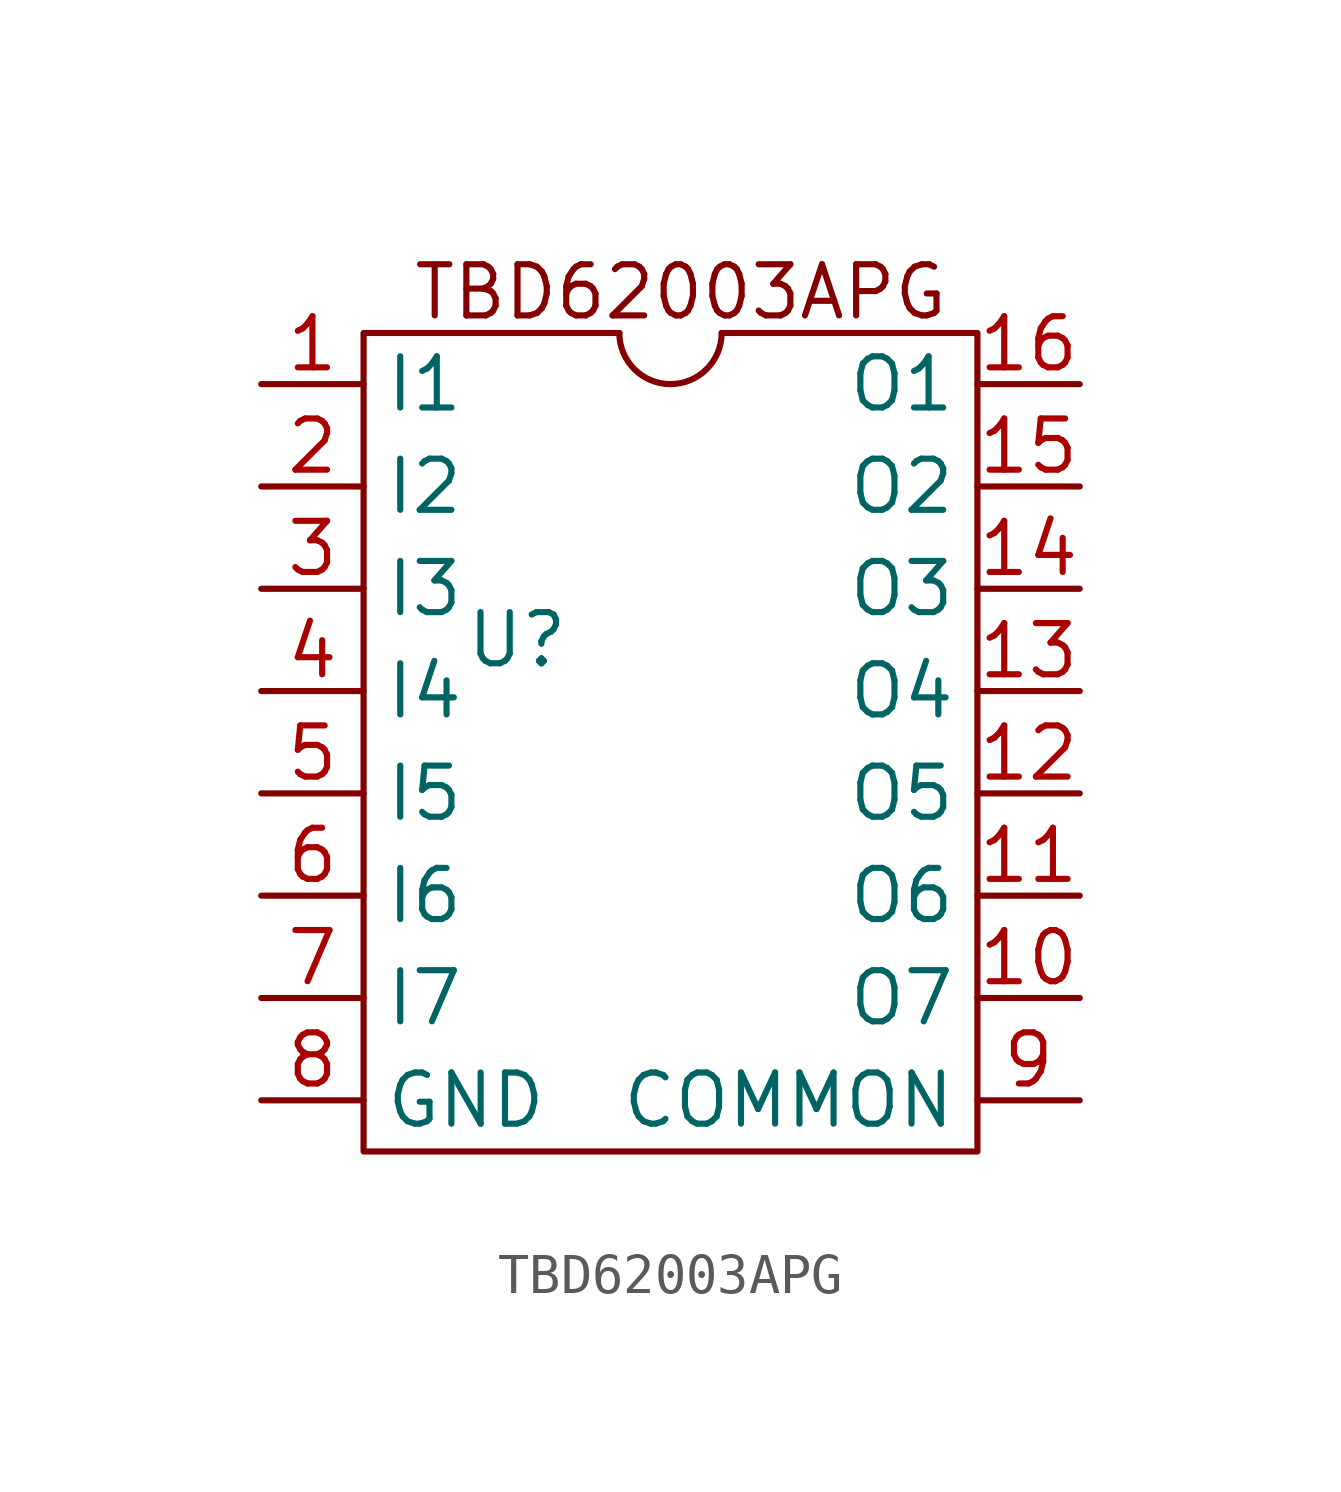
<source format=kicad_sym>
(kicad_symbol_lib
  (version 20241209)
  (generator "kicad_symbol_editor")
  (generator_version "9.0")
  (symbol "TBD62003APG"
    (property "Reference" "U"
      (at -3.81 1.27 0)
      (effects (font (size 1.27 1.27))))
    (property "Value" ""
      (at 0 0 0)
      (effects (font (size 1.27 1.27))))
    (symbol "TBD62003APG_0_1"
      (polyline (pts (xy -1.27 8.89) (xy -7.62 8.89) (xy -7.62 -11.43) (xy 7.62 -11.43) (xy 7.62 8.89) (xy 1.27 8.89)) (stroke (width 0) (type default)) (fill (type none)))
      (arc (start 0 7.62) (mid -0.898 7.992) (end -1.27 8.89) (stroke (width 0) (type default)) (fill (type none)))
      (arc (start 1.27 8.89) (mid 0.898 7.992) (end 0 7.62) (stroke (width 0) (type default)) (fill (type none))))
    (symbol "TBD62003APG_1_1"
      (text "TBD62003APG" (at 0.254 9.906 0) (effects (font (size 1.27 1.27))))
      (pin input line (at -10.16 7.62 0) (length 2.54) (name "I1" (effects (font (size 1.27 1.27)))) (number "1" (effects (font (size 1.27 1.27)))))
      (pin input line (at -10.16 5.08 0) (length 2.54) (name "I2" (effects (font (size 1.27 1.27)))) (number "2" (effects (font (size 1.27 1.27)))))
      (pin input line (at -10.16 2.54 0) (length 2.54) (name "I3" (effects (font (size 1.27 1.27)))) (number "3" (effects (font (size 1.27 1.27)))))
      (pin input line (at -10.16 0 0) (length 2.54) (name "I4" (effects (font (size 1.27 1.27)))) (number "4" (effects (font (size 1.27 1.27)))))
      (pin input line (at -10.16 -2.54 0) (length 2.54) (name "I5" (effects (font (size 1.27 1.27)))) (number "5" (effects (font (size 1.27 1.27)))))
      (pin input line (at -10.16 -5.08 0) (length 2.54) (name "I6" (effects (font (size 1.27 1.27)))) (number "6" (effects (font (size 1.27 1.27)))))
      (pin input line (at -10.16 -7.62 0) (length 2.54) (name "I7" (effects (font (size 1.27 1.27)))) (number "7" (effects (font (size 1.27 1.27)))))
      (pin power_in line (at -10.16 -10.16 0) (length 2.54) (name "GND" (effects (font (size 1.27 1.27)))) (number "8" (effects (font (size 1.27 1.27)))))
      (pin output line (at 10.16 7.62 180) (length 2.54) (name "O1" (effects (font (size 1.27 1.27)))) (number "16" (effects (font (size 1.27 1.27)))))
      (pin output line (at 10.16 5.08 180) (length 2.54) (name "O2" (effects (font (size 1.27 1.27)))) (number "15" (effects (font (size 1.27 1.27)))))
      (pin output line (at 10.16 2.54 180) (length 2.54) (name "O3" (effects (font (size 1.27 1.27)))) (number "14" (effects (font (size 1.27 1.27)))))
      (pin output line (at 10.16 0 180) (length 2.54) (name "O4" (effects (font (size 1.27 1.27)))) (number "13" (effects (font (size 1.27 1.27)))))
      (pin output line (at 10.16 -2.54 180) (length 2.54) (name "O5" (effects (font (size 1.27 1.27)))) (number "12" (effects (font (size 1.27 1.27)))))
      (pin output line (at 10.16 -5.08 180) (length 2.54) (name "O6" (effects (font (size 1.27 1.27)))) (number "11" (effects (font (size 1.27 1.27)))))
      (pin output line (at 10.16 -7.62 180) (length 2.54) (name "O7" (effects (font (size 1.27 1.27)))) (number "10" (effects (font (size 1.27 1.27)))))
      (pin power_in line (at 10.16 -10.16 180) (length 2.54) (name "COMMON" (effects (font (size 1.27 1.27)))) (number "9" (effects (font (size 1.27 1.27))))))))
</source>
